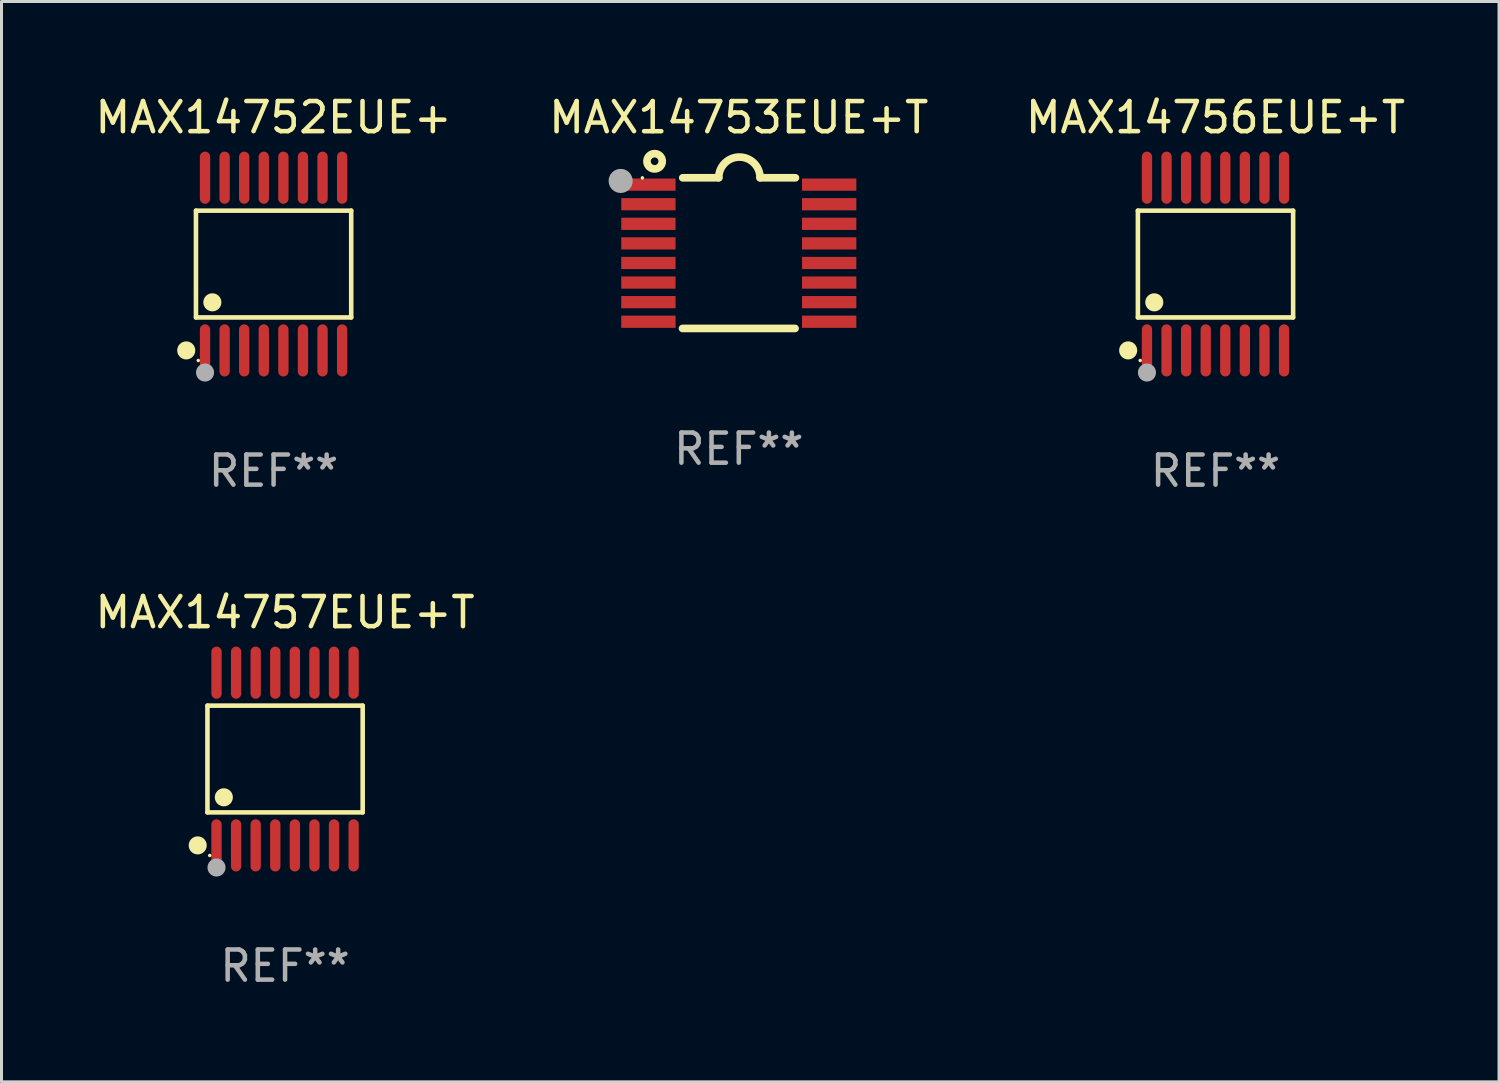
<source format=kicad_pcb>
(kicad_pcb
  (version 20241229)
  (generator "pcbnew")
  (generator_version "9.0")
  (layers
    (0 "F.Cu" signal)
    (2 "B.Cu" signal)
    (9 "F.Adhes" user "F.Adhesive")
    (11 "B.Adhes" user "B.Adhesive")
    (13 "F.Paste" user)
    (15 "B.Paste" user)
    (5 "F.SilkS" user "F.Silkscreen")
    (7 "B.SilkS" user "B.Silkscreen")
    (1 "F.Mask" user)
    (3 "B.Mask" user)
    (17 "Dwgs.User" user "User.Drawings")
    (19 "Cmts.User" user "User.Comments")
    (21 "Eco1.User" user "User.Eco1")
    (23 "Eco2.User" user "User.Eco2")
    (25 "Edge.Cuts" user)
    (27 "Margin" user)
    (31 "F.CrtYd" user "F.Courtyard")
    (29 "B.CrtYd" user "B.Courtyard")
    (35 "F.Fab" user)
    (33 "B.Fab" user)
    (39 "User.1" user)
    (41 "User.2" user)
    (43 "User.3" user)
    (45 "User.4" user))
  (footprint "MAX14753EUE+T"
    (layer "F.Cu")
    (at 21.47 5.35)
    (property "Reference" "MAX14753EUE+T" (at 0 -4.501 0) (layer "F.SilkS") (effects (font (size 1 1) (thickness 0.15))))
    (attr through_hole)
    (fp_line (start -1.868 2.501) (end 1.868 2.501) (stroke (width 0.254) (type solid)) (layer "F.SilkS"))
    (fp_line (start -1.86 -2.499) (end -0.666 -2.501) (stroke (width 0.254) (type solid)) (layer "F.SilkS"))
    (fp_line (start 0.706 -2.501) (end 1.88 -2.499) (stroke (width 0.254) (type solid)) (layer "F.SilkS"))
    (fp_arc (start -0.665914 -2.501448) (mid 0.019888 -3.18725) (end 0.70569 -2.501448) (stroke (width 0.254001) (type solid)) (layer "F.SilkS"))
    (fp_circle (center -3.2 -2.497) (end -3.17 -2.497) (stroke (width 0.06) (type solid)) (fill no) (layer "F.SilkS"))
    (fp_circle (center -2.794 -3.047) (end -2.54 -3.047) (stroke (width 0.254) (type solid)) (fill no) (layer "F.SilkS"))
    (fp_circle (center -3.921 -2.395) (end -3.721 -2.395) (stroke (width 0.4) (type solid)) (fill no) (layer "F.Fab"))
    (fp_text user "REF**" (at 0 6.501 0) (layer "F.Fab") (effects (font (size 1 1) (thickness 0.15))))
    (pad "1" smd rect (at -3 -2.272) (size 1.803 0.406) (layers "F.Cu" "F.Mask" "F.Paste"))
    (pad "2" smd rect (at -3 -1.622) (size 1.803 0.406) (layers "F.Cu" "F.Mask" "F.Paste"))
    (pad "3" smd rect (at -3 -0.972) (size 1.803 0.406) (layers "F.Cu" "F.Mask" "F.Paste"))
    (pad "4" smd rect (at -3 -0.322) (size 1.803 0.406) (layers "F.Cu" "F.Mask" "F.Paste"))
    (pad "5" smd rect (at -3 0.328) (size 1.803 0.406) (layers "F.Cu" "F.Mask" "F.Paste"))
    (pad "6" smd rect (at -3 0.978) (size 1.803 0.406) (layers "F.Cu" "F.Mask" "F.Paste"))
    (pad "7" smd rect (at -3 1.628) (size 1.803 0.406) (layers "F.Cu" "F.Mask" "F.Paste"))
    (pad "8" smd rect (at -3 2.278) (size 1.803 0.406) (layers "F.Cu" "F.Mask" "F.Paste"))
    (pad "9" smd rect (at 3 2.278) (size 1.803 0.406) (layers "F.Cu" "F.Mask" "F.Paste"))
    (pad "10" smd rect (at 3 1.628) (size 1.803 0.406) (layers "F.Cu" "F.Mask" "F.Paste"))
    (pad "11" smd rect (at 3 0.978) (size 1.803 0.406) (layers "F.Cu" "F.Mask" "F.Paste"))
    (pad "12" smd rect (at 3 0.328) (size 1.803 0.406) (layers "F.Cu" "F.Mask" "F.Paste"))
    (pad "13" smd rect (at 3 -0.322) (size 1.803 0.406) (layers "F.Cu" "F.Mask" "F.Paste"))
    (pad "14" smd rect (at 3 -0.972) (size 1.803 0.406) (layers "F.Cu" "F.Mask" "F.Paste"))
    (pad "15" smd rect (at 3 -1.622) (size 1.803 0.406) (layers "F.Cu" "F.Mask" "F.Paste"))
    (pad "16" smd rect (at 3 -2.272) (size 1.803 0.406) (layers "F.Cu" "F.Mask" "F.Paste")))
  (footprint "MAX14752EUE+"
    (layer "F.Cu")
    (at 6.03 5.714)
    (property "Reference" "MAX14752EUE+" (at 0 -4.866 0) (layer "F.SilkS") (effects (font (size 1 1) (thickness 0.15))))
    (attr through_hole)
    (fp_line (start -2.576 -1.772) (end 2.576 -1.772) (stroke (width 0.152) (type solid)) (layer "F.SilkS"))
    (fp_line (start -2.576 1.771) (end -2.576 -1.772) (stroke (width 0.152) (type solid)) (layer "F.SilkS"))
    (fp_line (start 2.576 -1.772) (end 2.576 1.771) (stroke (width 0.152) (type solid)) (layer "F.SilkS"))
    (fp_line (start 2.576 1.771) (end -2.576 1.771) (stroke (width 0.152) (type solid)) (layer "F.SilkS"))
    (fp_circle (center -2.899 2.866) (end -2.749 2.866) (stroke (width 0.3) (type solid)) (fill no) (layer "F.SilkS"))
    (fp_circle (center -2.5 3.2) (end -2.47 3.2) (stroke (width 0.06) (type solid)) (fill no) (layer "F.SilkS"))
    (fp_circle (center -2.032 1.27) (end -1.882 1.27) (stroke (width 0.3) (type solid)) (fill no) (layer "F.SilkS"))
    (fp_circle (center -2.275 3.6) (end -2.125 3.6) (stroke (width 0.3) (type solid)) (fill no) (layer "F.Fab"))
    (fp_text user "REF**" (at 0 6.866 0) (layer "F.Fab") (effects (font (size 1 1) (thickness 0.15))))
    (pad "1" smd oval (at -2.275 2.866) (size 0.343 1.731) (layers "F.Cu" "F.Mask" "F.Paste"))
    (pad "2" smd oval (at -1.625 2.866) (size 0.343 1.731) (layers "F.Cu" "F.Mask" "F.Paste"))
    (pad "3" smd oval (at -0.975 2.866) (size 0.343 1.731) (layers "F.Cu" "F.Mask" "F.Paste"))
    (pad "4" smd oval (at -0.325 2.866) (size 0.343 1.731) (layers "F.Cu" "F.Mask" "F.Paste"))
    (pad "5" smd oval (at 0.325 2.866) (size 0.343 1.731) (layers "F.Cu" "F.Mask" "F.Paste"))
    (pad "6" smd oval (at 0.975 2.866) (size 0.343 1.731) (layers "F.Cu" "F.Mask" "F.Paste"))
    (pad "7" smd oval (at 1.625 2.866) (size 0.343 1.731) (layers "F.Cu" "F.Mask" "F.Paste"))
    (pad "8" smd oval (at 2.275 2.866) (size 0.343 1.731) (layers "F.Cu" "F.Mask" "F.Paste"))
    (pad "9" smd oval (at 2.275 -2.866) (size 0.343 1.731) (layers "F.Cu" "F.Mask" "F.Paste"))
    (pad "10" smd oval (at 1.625 -2.866) (size 0.343 1.731) (layers "F.Cu" "F.Mask" "F.Paste"))
    (pad "11" smd oval (at 0.975 -2.866) (size 0.343 1.731) (layers "F.Cu" "F.Mask" "F.Paste"))
    (pad "12" smd oval (at 0.325 -2.866) (size 0.343 1.731) (layers "F.Cu" "F.Mask" "F.Paste"))
    (pad "13" smd oval (at -0.325 -2.866) (size 0.343 1.731) (layers "F.Cu" "F.Mask" "F.Paste"))
    (pad "14" smd oval (at -0.975 -2.866) (size 0.343 1.731) (layers "F.Cu" "F.Mask" "F.Paste"))
    (pad "15" smd oval (at -1.625 -2.866) (size 0.343 1.731) (layers "F.Cu" "F.Mask" "F.Paste"))
    (pad "16" smd oval (at -2.275 -2.866) (size 0.343 1.731) (layers "F.Cu" "F.Mask" "F.Paste")))
  (footprint "MAX14757EUE+T"
    (layer "F.Cu")
    (at 6.411 22.142)
    (property "Reference" "MAX14757EUE+T" (at 0 -4.866 0) (layer "F.SilkS") (effects (font (size 1 1) (thickness 0.15))))
    (attr through_hole)
    (fp_line (start -2.576 -1.772) (end 2.576 -1.772) (stroke (width 0.152) (type solid)) (layer "F.SilkS"))
    (fp_line (start -2.576 1.771) (end -2.576 -1.772) (stroke (width 0.152) (type solid)) (layer "F.SilkS"))
    (fp_line (start 2.576 -1.772) (end 2.576 1.771) (stroke (width 0.152) (type solid)) (layer "F.SilkS"))
    (fp_line (start 2.576 1.771) (end -2.576 1.771) (stroke (width 0.152) (type solid)) (layer "F.SilkS"))
    (fp_circle (center -2.899 2.866) (end -2.749 2.866) (stroke (width 0.3) (type solid)) (fill no) (layer "F.SilkS"))
    (fp_circle (center -2.5 3.2) (end -2.47 3.2) (stroke (width 0.06) (type solid)) (fill no) (layer "F.SilkS"))
    (fp_circle (center -2.032 1.27) (end -1.882 1.27) (stroke (width 0.3) (type solid)) (fill no) (layer "F.SilkS"))
    (fp_circle (center -2.275 3.6) (end -2.125 3.6) (stroke (width 0.3) (type solid)) (fill no) (layer "F.Fab"))
    (fp_text user "REF**" (at 0 6.866 0) (layer "F.Fab") (effects (font (size 1 1) (thickness 0.15))))
    (pad "1" smd oval (at -2.275 2.866) (size 0.343 1.731) (layers "F.Cu" "F.Mask" "F.Paste"))
    (pad "2" smd oval (at -1.625 2.866) (size 0.343 1.731) (layers "F.Cu" "F.Mask" "F.Paste"))
    (pad "3" smd oval (at -0.975 2.866) (size 0.343 1.731) (layers "F.Cu" "F.Mask" "F.Paste"))
    (pad "4" smd oval (at -0.325 2.866) (size 0.343 1.731) (layers "F.Cu" "F.Mask" "F.Paste"))
    (pad "5" smd oval (at 0.325 2.866) (size 0.343 1.731) (layers "F.Cu" "F.Mask" "F.Paste"))
    (pad "6" smd oval (at 0.975 2.866) (size 0.343 1.731) (layers "F.Cu" "F.Mask" "F.Paste"))
    (pad "7" smd oval (at 1.625 2.866) (size 0.343 1.731) (layers "F.Cu" "F.Mask" "F.Paste"))
    (pad "8" smd oval (at 2.275 2.866) (size 0.343 1.731) (layers "F.Cu" "F.Mask" "F.Paste"))
    (pad "9" smd oval (at 2.275 -2.866) (size 0.343 1.731) (layers "F.Cu" "F.Mask" "F.Paste"))
    (pad "10" smd oval (at 1.625 -2.866) (size 0.343 1.731) (layers "F.Cu" "F.Mask" "F.Paste"))
    (pad "11" smd oval (at 0.975 -2.866) (size 0.343 1.731) (layers "F.Cu" "F.Mask" "F.Paste"))
    (pad "12" smd oval (at 0.325 -2.866) (size 0.343 1.731) (layers "F.Cu" "F.Mask" "F.Paste"))
    (pad "13" smd oval (at -0.325 -2.866) (size 0.343 1.731) (layers "F.Cu" "F.Mask" "F.Paste"))
    (pad "14" smd oval (at -0.975 -2.866) (size 0.343 1.731) (layers "F.Cu" "F.Mask" "F.Paste"))
    (pad "15" smd oval (at -1.625 -2.866) (size 0.343 1.731) (layers "F.Cu" "F.Mask" "F.Paste"))
    (pad "16" smd oval (at -2.275 -2.866) (size 0.343 1.731) (layers "F.Cu" "F.Mask" "F.Paste")))
  (footprint "MAX14756EUE+T"
    (layer "F.Cu")
    (at 37.292 5.714)
    (property "Reference" "MAX14756EUE+T" (at 0 -4.866 0) (layer "F.SilkS") (effects (font (size 1 1) (thickness 0.15))))
    (attr through_hole)
    (fp_line (start -2.576 -1.772) (end 2.576 -1.772) (stroke (width 0.152) (type solid)) (layer "F.SilkS"))
    (fp_line (start -2.576 1.771) (end -2.576 -1.772) (stroke (width 0.152) (type solid)) (layer "F.SilkS"))
    (fp_line (start 2.576 -1.772) (end 2.576 1.771) (stroke (width 0.152) (type solid)) (layer "F.SilkS"))
    (fp_line (start 2.576 1.771) (end -2.576 1.771) (stroke (width 0.152) (type solid)) (layer "F.SilkS"))
    (fp_circle (center -2.899 2.866) (end -2.749 2.866) (stroke (width 0.3) (type solid)) (fill no) (layer "F.SilkS"))
    (fp_circle (center -2.5 3.2) (end -2.47 3.2) (stroke (width 0.06) (type solid)) (fill no) (layer "F.SilkS"))
    (fp_circle (center -2.032 1.27) (end -1.882 1.27) (stroke (width 0.3) (type solid)) (fill no) (layer "F.SilkS"))
    (fp_circle (center -2.275 3.6) (end -2.125 3.6) (stroke (width 0.3) (type solid)) (fill no) (layer "F.Fab"))
    (fp_text user "REF**" (at 0 6.866 0) (layer "F.Fab") (effects (font (size 1 1) (thickness 0.15))))
    (pad "1" smd oval (at -2.275 2.866) (size 0.343 1.731) (layers "F.Cu" "F.Mask" "F.Paste"))
    (pad "2" smd oval (at -1.625 2.866) (size 0.343 1.731) (layers "F.Cu" "F.Mask" "F.Paste"))
    (pad "3" smd oval (at -0.975 2.866) (size 0.343 1.731) (layers "F.Cu" "F.Mask" "F.Paste"))
    (pad "4" smd oval (at -0.325 2.866) (size 0.343 1.731) (layers "F.Cu" "F.Mask" "F.Paste"))
    (pad "5" smd oval (at 0.325 2.866) (size 0.343 1.731) (layers "F.Cu" "F.Mask" "F.Paste"))
    (pad "6" smd oval (at 0.975 2.866) (size 0.343 1.731) (layers "F.Cu" "F.Mask" "F.Paste"))
    (pad "7" smd oval (at 1.625 2.866) (size 0.343 1.731) (layers "F.Cu" "F.Mask" "F.Paste"))
    (pad "8" smd oval (at 2.275 2.866) (size 0.343 1.731) (layers "F.Cu" "F.Mask" "F.Paste"))
    (pad "9" smd oval (at 2.275 -2.866) (size 0.343 1.731) (layers "F.Cu" "F.Mask" "F.Paste"))
    (pad "10" smd oval (at 1.625 -2.866) (size 0.343 1.731) (layers "F.Cu" "F.Mask" "F.Paste"))
    (pad "11" smd oval (at 0.975 -2.866) (size 0.343 1.731) (layers "F.Cu" "F.Mask" "F.Paste"))
    (pad "12" smd oval (at 0.325 -2.866) (size 0.343 1.731) (layers "F.Cu" "F.Mask" "F.Paste"))
    (pad "13" smd oval (at -0.325 -2.866) (size 0.343 1.731) (layers "F.Cu" "F.Mask" "F.Paste"))
    (pad "14" smd oval (at -0.975 -2.866) (size 0.343 1.731) (layers "F.Cu" "F.Mask" "F.Paste"))
    (pad "15" smd oval (at -1.625 -2.866) (size 0.343 1.731) (layers "F.Cu" "F.Mask" "F.Paste"))
    (pad "16" smd oval (at -2.275 -2.866) (size 0.343 1.731) (layers "F.Cu" "F.Mask" "F.Paste")))
  (gr_rect
    (start -3 -3)
    (end 46.702 32.856)
    (stroke (width 0.1) (type default))
    (fill no)
    (layer "Edge.Cuts")))
</source>
